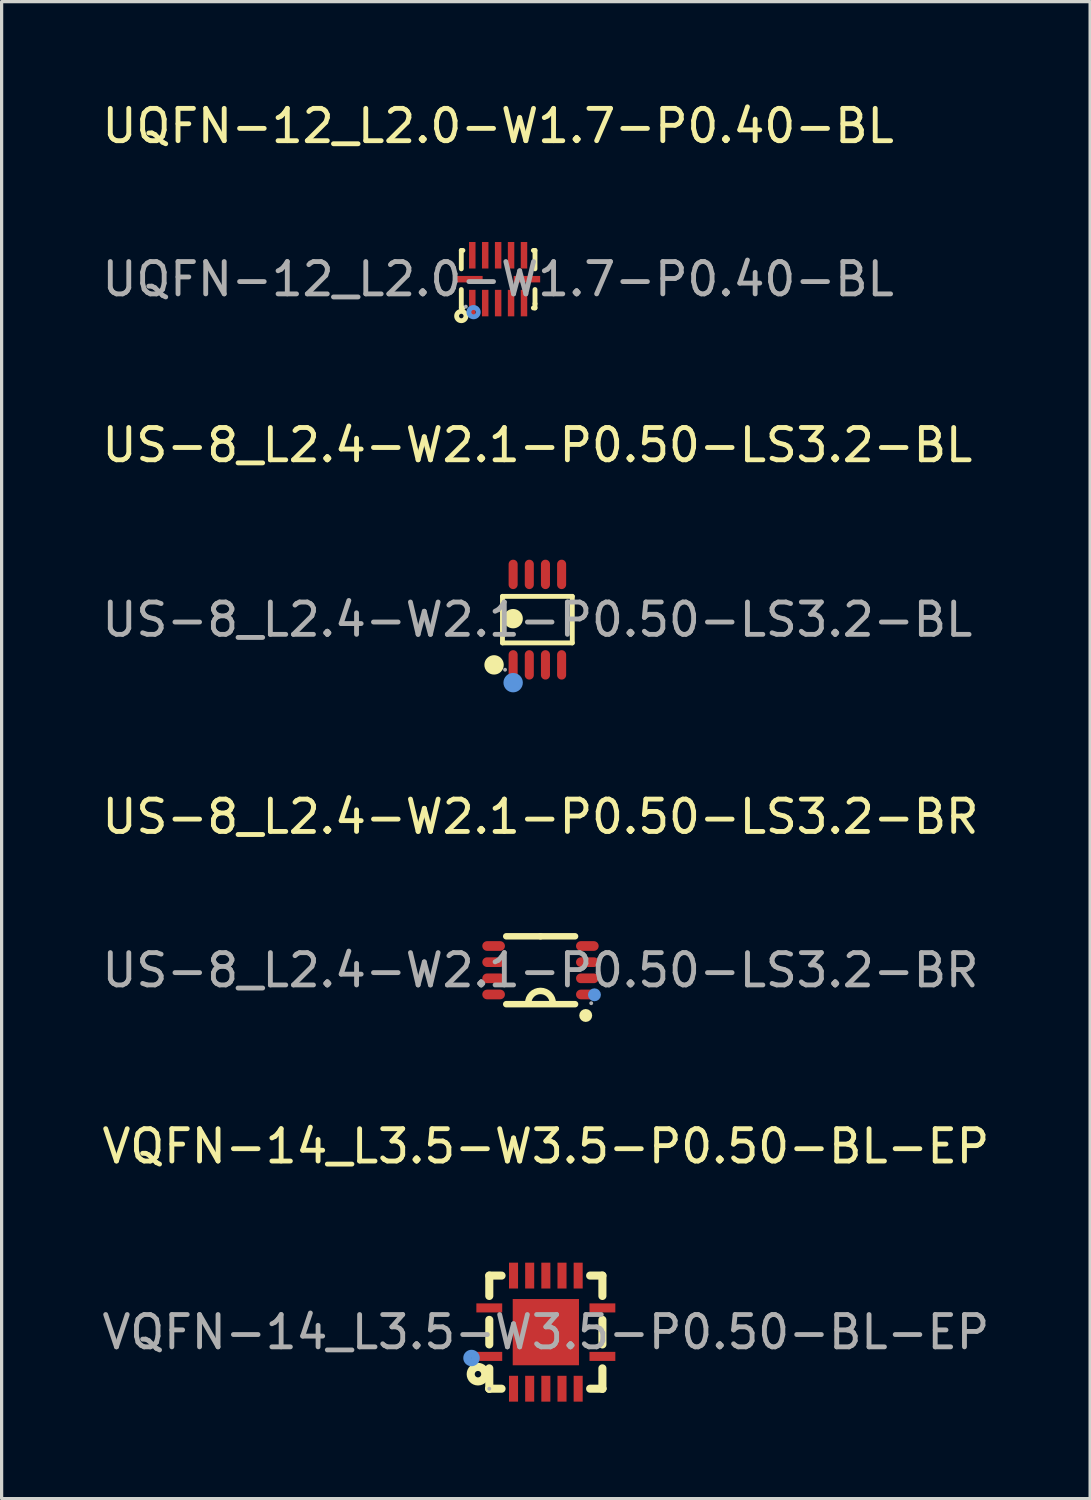
<source format=kicad_pcb>
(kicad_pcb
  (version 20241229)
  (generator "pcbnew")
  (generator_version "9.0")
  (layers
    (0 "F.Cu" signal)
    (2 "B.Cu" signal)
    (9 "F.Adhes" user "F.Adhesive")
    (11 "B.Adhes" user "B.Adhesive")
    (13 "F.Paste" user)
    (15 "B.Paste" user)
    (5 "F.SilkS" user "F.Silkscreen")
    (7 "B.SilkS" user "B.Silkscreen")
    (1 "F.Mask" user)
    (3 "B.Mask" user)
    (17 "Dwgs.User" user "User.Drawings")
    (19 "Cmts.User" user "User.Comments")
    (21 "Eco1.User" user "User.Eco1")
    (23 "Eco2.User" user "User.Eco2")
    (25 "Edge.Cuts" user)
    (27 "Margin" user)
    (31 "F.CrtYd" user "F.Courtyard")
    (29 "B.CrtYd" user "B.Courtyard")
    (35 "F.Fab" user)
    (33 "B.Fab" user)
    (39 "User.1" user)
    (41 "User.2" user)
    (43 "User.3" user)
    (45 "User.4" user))
  (footprint "US-8_L2.4-W2.1-P0.50-LS3.2-BR"
    (layer "F.Cu")
    (at 13.673 26.97)
    (property "Reference" "US-8_L2.4-W2.1-P0.50-LS3.2-BR" (at 0 -4.75 0) (layer "F.SilkS") (effects (font (size 1 1) (thickness 0.15))))
    (attr through_hole)
    (fp_line (start -1.06 1.05) (end 1.07 1.05) (stroke (width 0.2) (type solid)) (layer "F.SilkS"))
    (fp_line (start 0 -1.05) (end -1.06 -1.05) (stroke (width 0.2) (type solid)) (layer "F.SilkS"))
    (fp_line (start 0 -1.05) (end 1.07 -1.05) (stroke (width 0.2) (type solid)) (layer "F.SilkS"))
    (fp_arc (start -0.38 1.02) (mid 0 0.64) (end 0.38 1.02) (stroke (width 0.2) (type solid)) (layer "F.SilkS"))
    (fp_circle (center 1.4 1.4) (end 1.5 1.4) (stroke (width 0.2) (type solid)) (fill no) (layer "F.SilkS"))
    (fp_circle (center 1.67 0.76) (end 1.77 0.76) (stroke (width 0.2) (type solid)) (fill no) (layer "Cmts.User"))
    (fp_circle (center 1.57 1.02) (end 1.6 1.02) (stroke (width 0.06) (type solid)) (fill no) (layer "F.Fab"))
    (fp_text user "${REFERENCE}" (at 0 0 0) (layer "F.Fab") (effects (font (size 1 1) (thickness 0.15))))
    (pad "1" smd oval (at 1.45 0.75 90) (size 0.3 0.7) (layers "F.Cu" "F.Mask" "F.Paste"))
    (pad "2" smd oval (at 1.45 0.25 90) (size 0.3 0.7) (layers "F.Cu" "F.Mask" "F.Paste"))
    (pad "3" smd oval (at 1.45 -0.25 90) (size 0.3 0.7) (layers "F.Cu" "F.Mask" "F.Paste"))
    (pad "4" smd oval (at 1.45 -0.75 90) (size 0.3 0.7) (layers "F.Cu" "F.Mask" "F.Paste"))
    (pad "5" smd oval (at -1.45 -0.75 90) (size 0.3 0.7) (layers "F.Cu" "F.Mask" "F.Paste"))
    (pad "6" smd oval (at -1.45 -0.25 90) (size 0.3 0.7) (layers "F.Cu" "F.Mask" "F.Paste"))
    (pad "7" smd oval (at -1.45 0.25 90) (size 0.3 0.7) (layers "F.Cu" "F.Mask" "F.Paste"))
    (pad "8" smd oval (at -1.45 0.75 90) (size 0.3 0.7) (layers "F.Cu" "F.Mask" "F.Paste")))
  (footprint "UQFN-12_L2.0-W1.7-P0.40-BL"
    (layer "F.Cu")
    (at 12.363 5.588)
    (property "Reference" "UQFN-12_L2.0-W1.7-P0.40-BL" (at 0 -4.74 0) (layer "F.SilkS") (effects (font (size 1 1) (thickness 0.15))))
    (attr through_hole)
    (fp_line (start -1.14 -0.89) (end -1.14 -0.32) (stroke (width 0.15) (type solid)) (layer "F.SilkS"))
    (fp_line (start -1.14 0.32) (end -1.14 0.89) (stroke (width 0.15) (type solid)) (layer "F.SilkS"))
    (fp_line (start -1.14 0.89) (end -1.09 0.89) (stroke (width 0.15) (type solid)) (layer "F.SilkS"))
    (fp_line (start -1.09 -0.89) (end -1.14 -0.89) (stroke (width 0.15) (type solid)) (layer "F.SilkS"))
    (fp_line (start 1.09 0.89) (end 1.14 0.89) (stroke (width 0.15) (type solid)) (layer "F.SilkS"))
    (fp_line (start 1.14 -0.89) (end 1.09 -0.89) (stroke (width 0.15) (type solid)) (layer "F.SilkS"))
    (fp_line (start 1.14 -0.32) (end 1.14 -0.89) (stroke (width 0.15) (type solid)) (layer "F.SilkS"))
    (fp_line (start 1.14 0.76) (end 1.14 0.32) (stroke (width 0.15) (type solid)) (layer "F.SilkS"))
    (fp_line (start 1.14 0.89) (end 1.14 0.76) (stroke (width 0.15) (type solid)) (layer "F.SilkS"))
    (fp_circle (center -1.14 1.14) (end -1.07 1.14) (stroke (width 0.15) (type solid)) (fill no) (layer "F.SilkS"))
    (fp_circle (center -0.76 1.02) (end -0.69 1.02) (stroke (width 0.15) (type solid)) (fill no) (layer "Cmts.User"))
    (fp_circle (center -1 0.85) (end -0.97 0.85) (stroke (width 0.06) (type solid)) (fill no) (layer "F.Fab"))
    (fp_text user "${REFERENCE}" (at 0 0 0) (layer "F.Fab") (effects (font (size 1 1) (thickness 0.15))))
    (pad "1" smd rect (at -0.8 0.74) (size 0.2 0.82) (layers "F.Cu" "F.Mask" "F.Paste"))
    (pad "2" smd rect (at -0.4 0.74) (size 0.2 0.82) (layers "F.Cu" "F.Mask" "F.Paste"))
    (pad "3" smd rect (at 0 0.74) (size 0.2 0.82) (layers "F.Cu" "F.Mask" "F.Paste"))
    (pad "4" smd rect (at 0.4 0.74) (size 0.2 0.82) (layers "F.Cu" "F.Mask" "F.Paste"))
    (pad "5" smd rect (at 0.8 0.74) (size 0.2 0.82) (layers "F.Cu" "F.Mask" "F.Paste"))
    (pad "6" smd rect (at 0.89 0) (size 0.82 0.2) (layers "F.Cu" "F.Mask" "F.Paste"))
    (pad "7" smd rect (at 0.8 -0.74) (size 0.2 0.82) (layers "F.Cu" "F.Mask" "F.Paste"))
    (pad "8" smd rect (at 0.4 -0.74) (size 0.2 0.82) (layers "F.Cu" "F.Mask" "F.Paste"))
    (pad "9" smd rect (at 0 -0.74) (size 0.2 0.82) (layers "F.Cu" "F.Mask" "F.Paste"))
    (pad "10" smd rect (at -0.4 -0.74) (size 0.2 0.82) (layers "F.Cu" "F.Mask" "F.Paste"))
    (pad "11" smd rect (at -0.8 -0.74) (size 0.2 0.82) (layers "F.Cu" "F.Mask" "F.Paste"))
    (pad "12" smd rect (at -0.89 0) (size 0.82 0.2) (layers "F.Cu" "F.Mask" "F.Paste")))
  (footprint "US-8_L2.4-W2.1-P0.50-LS3.2-BL"
    (layer "F.Cu")
    (at 13.577 16.122)
    (property "Reference" "US-8_L2.4-W2.1-P0.50-LS3.2-BL" (at 0 -5.4 0) (layer "F.SilkS") (effects (font (size 1 1) (thickness 0.15))))
    (attr through_hole)
    (fp_line (start -1.08 -0.72) (end 1.08 -0.72) (stroke (width 0.15) (type solid)) (layer "F.SilkS"))
    (fp_line (start -1.08 0.72) (end -1.08 -0.72) (stroke (width 0.15) (type solid)) (layer "F.SilkS"))
    (fp_line (start 1.08 -0.72) (end 1.08 0.72) (stroke (width 0.15) (type solid)) (layer "F.SilkS"))
    (fp_line (start 1.08 0.72) (end -1.08 0.72) (stroke (width 0.15) (type solid)) (layer "F.SilkS"))
    (fp_circle (center -1.34 1.4) (end -1.19 1.4) (stroke (width 0.3) (type solid)) (fill no) (layer "F.SilkS"))
    (fp_circle (center -0.75 -0.03) (end -0.6 -0.03) (stroke (width 0.3) (type solid)) (fill no) (layer "F.SilkS"))
    (fp_circle (center -0.75 1.95) (end -0.6 1.95) (stroke (width 0.3) (type solid)) (fill no) (layer "Cmts.User"))
    (fp_circle (center -1 1.55) (end -0.97 1.55) (stroke (width 0.06) (type solid)) (fill no) (layer "F.Fab"))
    (fp_text user "${REFERENCE}" (at 0 0 0) (layer "F.Fab") (effects (font (size 1 1) (thickness 0.15))))
    (pad "1" smd oval (at -0.75 1.4) (size 0.28 0.91) (layers "F.Cu" "F.Mask" "F.Paste"))
    (pad "2" smd oval (at -0.25 1.4) (size 0.28 0.91) (layers "F.Cu" "F.Mask" "F.Paste"))
    (pad "3" smd oval (at 0.25 1.4) (size 0.28 0.91) (layers "F.Cu" "F.Mask" "F.Paste"))
    (pad "4" smd oval (at 0.75 1.4) (size 0.28 0.91) (layers "F.Cu" "F.Mask" "F.Paste"))
    (pad "5" smd oval (at 0.75 -1.4) (size 0.28 0.91) (layers "F.Cu" "F.Mask" "F.Paste"))
    (pad "6" smd oval (at 0.25 -1.4) (size 0.28 0.91) (layers "F.Cu" "F.Mask" "F.Paste"))
    (pad "7" smd oval (at -0.25 -1.4) (size 0.28 0.91) (layers "F.Cu" "F.Mask" "F.Paste"))
    (pad "8" smd oval (at -0.75 -1.4) (size 0.28 0.91) (layers "F.Cu" "F.Mask" "F.Paste")))
  (footprint "VQFN-14_L3.5-W3.5-P0.50-BL-EP"
    (layer "F.Cu")
    (at 13.839 38.168)
    (property "Reference" "VQFN-14_L3.5-W3.5-P0.50-BL-EP" (at 0 -5.75 0) (layer "F.SilkS") (effects (font (size 1 1) (thickness 0.15))))
    (attr through_hole)
    (fp_line (start -1.75 -1.75) (end -1.75 -1.12) (stroke (width 0.25) (type solid)) (layer "F.SilkS"))
    (fp_line (start -1.75 -0.38) (end -1.75 0.38) (stroke (width 0.25) (type solid)) (layer "F.SilkS"))
    (fp_line (start -1.75 1.12) (end -1.75 1.75) (stroke (width 0.25) (type solid)) (layer "F.SilkS"))
    (fp_line (start -1.75 1.75) (end -1.75 1.75) (stroke (width 0.25) (type solid)) (layer "F.SilkS"))
    (fp_line (start -1.75 1.75) (end -1.37 1.75) (stroke (width 0.25) (type solid)) (layer "F.SilkS"))
    (fp_line (start -1.37 -1.75) (end -1.75 -1.75) (stroke (width 0.25) (type solid)) (layer "F.SilkS"))
    (fp_line (start 1.37 1.75) (end 1.75 1.75) (stroke (width 0.25) (type solid)) (layer "F.SilkS"))
    (fp_line (start 1.75 -1.75) (end 1.37 -1.75) (stroke (width 0.25) (type solid)) (layer "F.SilkS"))
    (fp_line (start 1.75 -1.12) (end 1.75 -1.75) (stroke (width 0.25) (type solid)) (layer "F.SilkS"))
    (fp_line (start 1.75 0.38) (end 1.75 -0.38) (stroke (width 0.25) (type solid)) (layer "F.SilkS"))
    (fp_line (start 1.75 1.75) (end 1.75 1.12) (stroke (width 0.25) (type solid)) (layer "F.SilkS"))
    (fp_line (start 1.75 1.75) (end 1.75 1.75) (stroke (width 0.25) (type solid)) (layer "F.SilkS"))
    (fp_circle (center -2.1 1.3) (end -2 1.3) (stroke (width 0.25) (type solid)) (fill no) (layer "F.SilkS"))
    (fp_circle (center -2.3 0.8) (end -2.17 0.8) (stroke (width 0.25) (type solid)) (fill no) (layer "Cmts.User"))
    (fp_circle (center -1.75 1.75) (end -1.72 1.75) (stroke (width 0.06) (type solid)) (fill no) (layer "F.Fab"))
    (fp_text user "${REFERENCE}" (at 0 0 0) (layer "F.Fab") (effects (font (size 1 1) (thickness 0.15))))
    (pad "1" smd rect (at -1.75 0.75 270) (size 0.28 0.8) (layers "F.Cu" "F.Mask" "F.Paste"))
    (pad "2" smd rect (at -1 1.75 180) (size 0.28 0.8) (layers "F.Cu" "F.Mask" "F.Paste"))
    (pad "3" smd rect (at -0.5 1.75 180) (size 0.28 0.8) (layers "F.Cu" "F.Mask" "F.Paste"))
    (pad "4" smd rect (at 0 1.75 180) (size 0.28 0.8) (layers "F.Cu" "F.Mask" "F.Paste"))
    (pad "5" smd rect (at 0.5 1.75 180) (size 0.28 0.8) (layers "F.Cu" "F.Mask" "F.Paste"))
    (pad "6" smd rect (at 1 1.75 180) (size 0.28 0.8) (layers "F.Cu" "F.Mask" "F.Paste"))
    (pad "7" smd rect (at 1.75 0.75 270) (size 0.28 0.8) (layers "F.Cu" "F.Mask" "F.Paste"))
    (pad "8" smd rect (at 1.75 -0.75 270) (size 0.28 0.8) (layers "F.Cu" "F.Mask" "F.Paste"))
    (pad "9" smd rect (at 1 -1.75) (size 0.28 0.8) (layers "F.Cu" "F.Mask" "F.Paste"))
    (pad "10" smd rect (at 0.5 -1.75) (size 0.28 0.8) (layers "F.Cu" "F.Mask" "F.Paste"))
    (pad "11" smd rect (at 0 -1.75) (size 0.28 0.8) (layers "F.Cu" "F.Mask" "F.Paste"))
    (pad "12" smd rect (at -0.5 -1.75) (size 0.28 0.8) (layers "F.Cu" "F.Mask" "F.Paste"))
    (pad "13" smd rect (at -1 -1.75) (size 0.28 0.8) (layers "F.Cu" "F.Mask" "F.Paste"))
    (pad "14" smd rect (at -1.75 -0.75 90) (size 0.28 0.8) (layers "F.Cu" "F.Mask" "F.Paste"))
    (pad "15" smd rect (at 0 0 180) (size 2.05 2.05) (layers "F.Cu" "F.Mask" "F.Paste")))
  (gr_rect
    (start -3 -3)
    (end 30.679 43.318)
    (stroke (width 0.1) (type default))
    (fill no)
    (layer "Edge.Cuts")))
</source>
